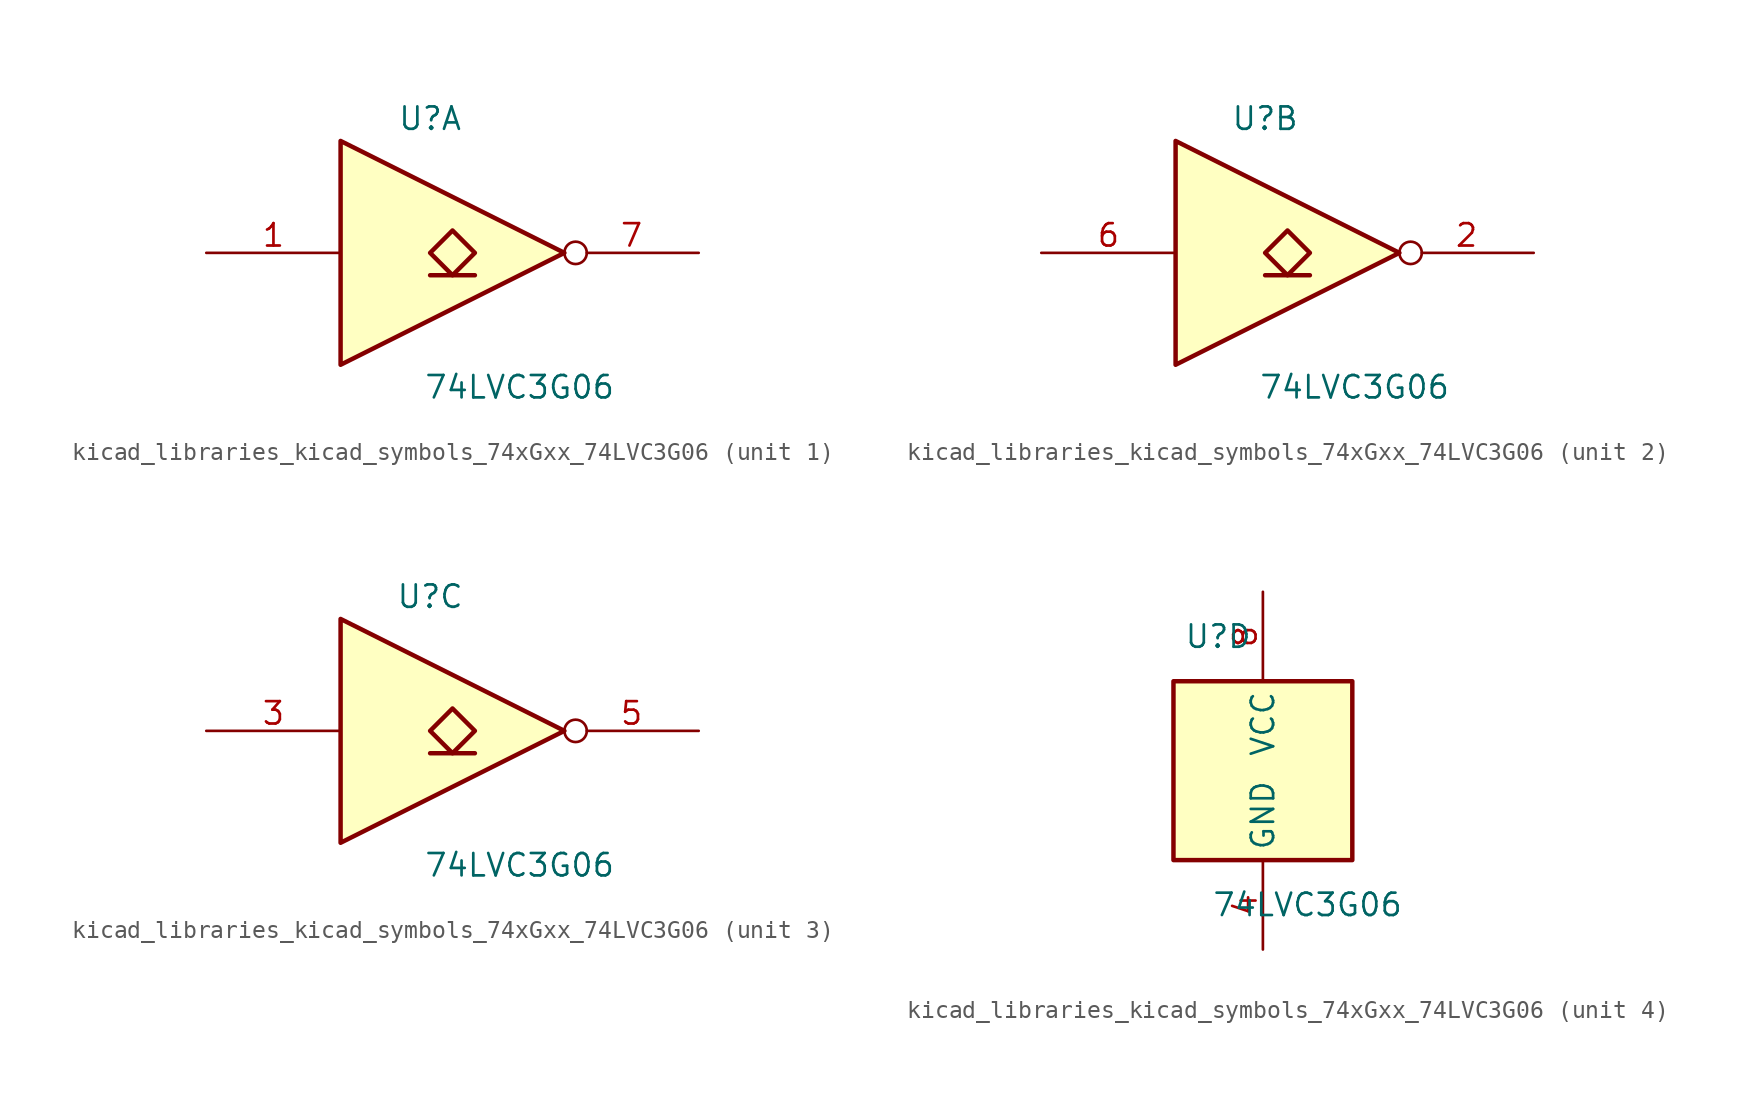
<source format=kicad_sym>
(kicad_symbol_lib
  (version 20220914)
  (generator kicad_symbol_editor)
  (symbol "kicad_libraries_kicad_symbols_74xGxx_74LVC3G06"
    (property "Reference" "U"
      (at -2.54 7.62 0)
      (effects (font (size 1.27 1.27))))
    (property "Value" "74LVC3G06"
      (at 2.54 -7.62 0)
      (effects (font (size 1.27 1.27))))
    (symbol "kicad_libraries_kicad_symbols_74xGxx_74LVC3G06_1_1"
      (polyline (pts (xy -2.54 -1.27) (xy 0 -1.27)) (stroke (width 0.254) (type default)) (fill (type background)))
      (polyline (pts (xy -7.62 6.35) (xy -7.62 -6.35) (xy 5.08 0) (xy -7.62 6.35)) (stroke (width 0.254) (type default)) (fill (type background)))
      (polyline (pts (xy -1.27 1.27) (xy -2.54 0) (xy -1.27 -1.27) (xy 0 0) (xy -1.27 1.27)) (stroke (width 0.254) (type default)) (fill (type background)))
      (pin input line (at -15.24 0 0) (length 7.62) (name "~" (effects (font (size 1.27 1.27)))) (number "1" (effects (font (size 1.27 1.27)))))
      (pin open_collector inverted (at 12.7 0 180) (length 7.62) (name "~" (effects (font (size 1.27 1.27)))) (number "7" (effects (font (size 1.27 1.27))))))
    (symbol "kicad_libraries_kicad_symbols_74xGxx_74LVC3G06_2_1"
      (polyline (pts (xy -2.54 -1.27) (xy 0 -1.27)) (stroke (width 0.254) (type default)) (fill (type background)))
      (polyline (pts (xy -7.62 6.35) (xy -7.62 -6.35) (xy 5.08 0) (xy -7.62 6.35)) (stroke (width 0.254) (type default)) (fill (type background)))
      (polyline (pts (xy -1.27 1.27) (xy -2.54 0) (xy -1.27 -1.27) (xy 0 0) (xy -1.27 1.27)) (stroke (width 0.254) (type default)) (fill (type background)))
      (pin open_collector inverted (at 12.7 0 180) (length 7.62) (name "~" (effects (font (size 1.27 1.27)))) (number "2" (effects (font (size 1.27 1.27)))))
      (pin input line (at -15.24 0 0) (length 7.62) (name "~" (effects (font (size 1.27 1.27)))) (number "6" (effects (font (size 1.27 1.27))))))
    (symbol "kicad_libraries_kicad_symbols_74xGxx_74LVC3G06_3_1"
      (polyline (pts (xy -2.54 -1.27) (xy 0 -1.27)) (stroke (width 0.254) (type default)) (fill (type background)))
      (polyline (pts (xy -7.62 6.35) (xy -7.62 -6.35) (xy 5.08 0) (xy -7.62 6.35)) (stroke (width 0.254) (type default)) (fill (type background)))
      (polyline (pts (xy -1.27 1.27) (xy -2.54 0) (xy -1.27 -1.27) (xy 0 0) (xy -1.27 1.27)) (stroke (width 0.254) (type default)) (fill (type background)))
      (pin input line (at -15.24 0 0) (length 7.62) (name "~" (effects (font (size 1.27 1.27)))) (number "3" (effects (font (size 1.27 1.27)))))
      (pin open_collector inverted (at 12.7 0 180) (length 7.62) (name "~" (effects (font (size 1.27 1.27)))) (number "5" (effects (font (size 1.27 1.27))))))
    (symbol "kicad_libraries_kicad_symbols_74xGxx_74LVC3G06_4_0"
      (rectangle (start -5.08 -5.08) (end 5.08 5.08) (stroke (width 0.254) (type default)) (fill (type background))))
    (symbol "kicad_libraries_kicad_symbols_74xGxx_74LVC3G06_4_1"
      (pin power_in line (at 0 -10.16 90) (length 5.08) (name "GND" (effects (font (size 1.27 1.27)))) (number "4" (effects (font (size 1.27 1.27)))))
      (pin power_in line (at 0 10.16 270) (length 5.08) (name "VCC" (effects (font (size 1.27 1.27)))) (number "8" (effects (font (size 1.27 1.27))))))))
</source>
